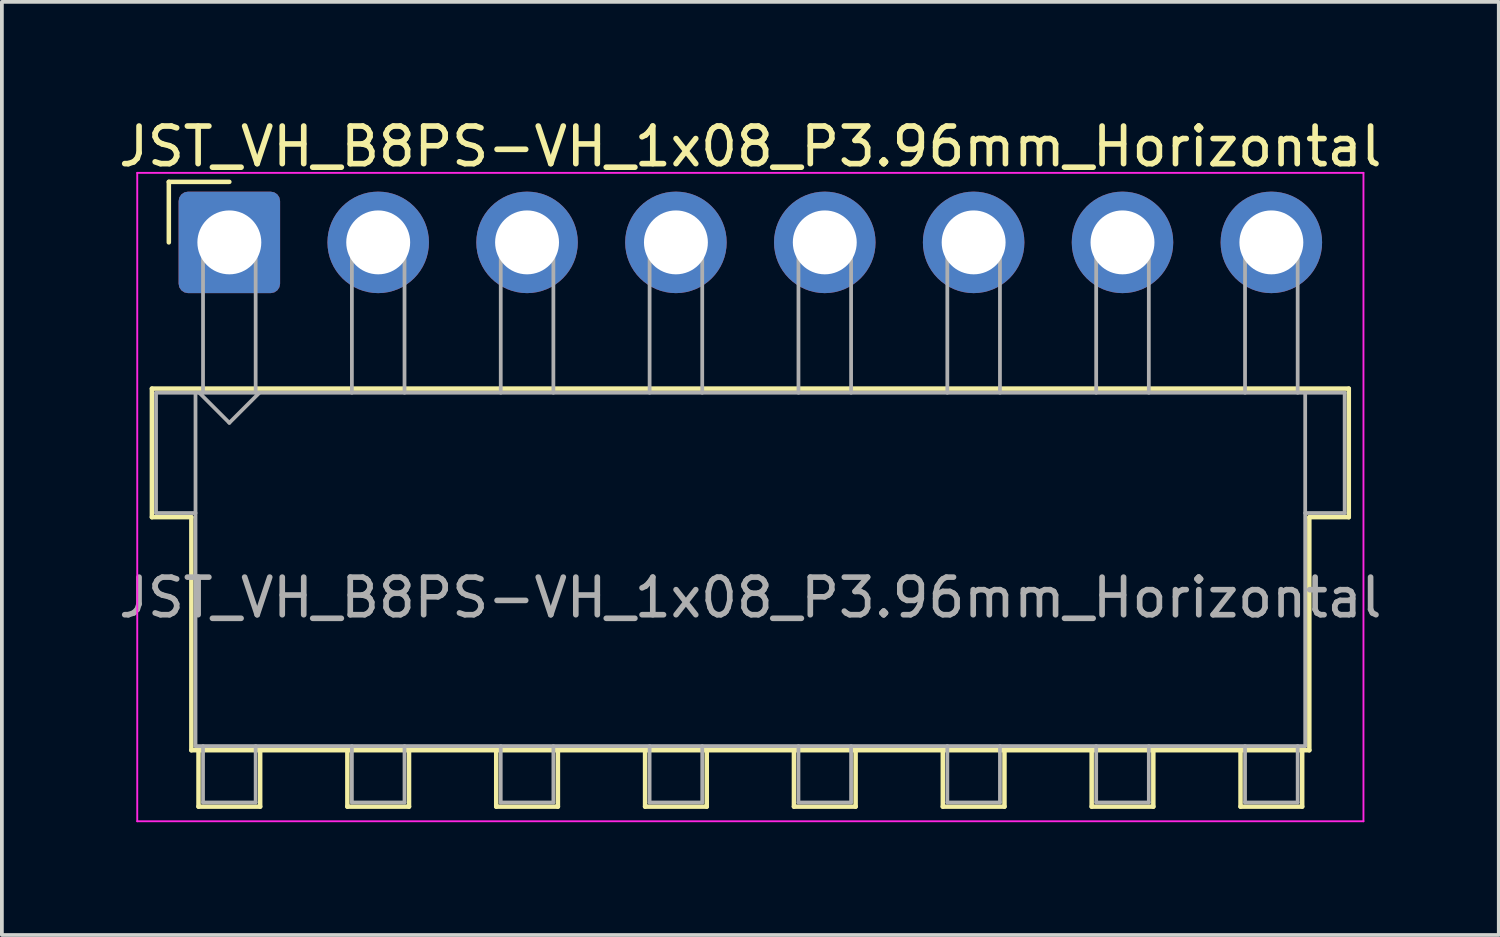
<source format=kicad_pcb>
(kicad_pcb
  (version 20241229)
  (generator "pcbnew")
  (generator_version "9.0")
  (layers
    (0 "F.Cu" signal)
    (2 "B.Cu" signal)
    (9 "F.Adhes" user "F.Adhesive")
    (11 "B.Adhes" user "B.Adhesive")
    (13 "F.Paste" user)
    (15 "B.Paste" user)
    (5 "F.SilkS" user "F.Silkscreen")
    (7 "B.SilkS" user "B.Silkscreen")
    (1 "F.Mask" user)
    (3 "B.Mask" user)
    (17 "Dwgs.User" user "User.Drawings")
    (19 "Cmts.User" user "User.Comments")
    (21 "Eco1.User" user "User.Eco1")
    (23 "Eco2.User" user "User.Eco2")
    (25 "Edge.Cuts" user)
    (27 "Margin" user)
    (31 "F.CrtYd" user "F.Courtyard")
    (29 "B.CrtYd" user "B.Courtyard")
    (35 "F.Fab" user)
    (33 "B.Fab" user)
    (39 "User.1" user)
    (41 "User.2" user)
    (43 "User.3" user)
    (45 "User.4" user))
  (footprint "JST_VH_B8PS-VH_1x08_P3.96mm_Horizontal"
    (layer "F.Cu")
    (at 3.051 3.398)
    (property "Reference" "JST_VH_B8PS-VH_1x08_P3.96mm_Horizontal" (at 13.86 -2.55 0) (layer "F.SilkS") (effects (font (size 1 1) (thickness 0.15))))
    (attr through_hole)
    (fp_line (start -2.06 3.89) (end 29.78 3.89) (stroke (width 0.12) (type solid)) (layer "F.SilkS"))
    (fp_line (start -2.06 7.31) (end -2.06 3.89) (stroke (width 0.12) (type solid)) (layer "F.SilkS"))
    (fp_line (start -1.61 -1.61) (end -1.61 0) (stroke (width 0.12) (type solid)) (layer "F.SilkS"))
    (fp_line (start -1.01 7.31) (end -2.06 7.31) (stroke (width 0.12) (type solid)) (layer "F.SilkS"))
    (fp_line (start -1.01 13.51) (end -1.01 7.31) (stroke (width 0.12) (type solid)) (layer "F.SilkS"))
    (fp_line (start -0.82 13.51) (end -0.82 15.01) (stroke (width 0.12) (type solid)) (layer "F.SilkS"))
    (fp_line (start -0.82 15.01) (end 0.82 15.01) (stroke (width 0.12) (type solid)) (layer "F.SilkS"))
    (fp_line (start 0 -1.61) (end -1.61 -1.61) (stroke (width 0.12) (type solid)) (layer "F.SilkS"))
    (fp_line (start 0.82 15.01) (end 0.82 13.51) (stroke (width 0.12) (type solid)) (layer "F.SilkS"))
    (fp_line (start 3.14 13.51) (end 3.14 15.01) (stroke (width 0.12) (type solid)) (layer "F.SilkS"))
    (fp_line (start 3.14 15.01) (end 4.78 15.01) (stroke (width 0.12) (type solid)) (layer "F.SilkS"))
    (fp_line (start 4.78 15.01) (end 4.78 13.51) (stroke (width 0.12) (type solid)) (layer "F.SilkS"))
    (fp_line (start 7.1 13.51) (end 7.1 15.01) (stroke (width 0.12) (type solid)) (layer "F.SilkS"))
    (fp_line (start 7.1 15.01) (end 8.74 15.01) (stroke (width 0.12) (type solid)) (layer "F.SilkS"))
    (fp_line (start 8.74 15.01) (end 8.74 13.51) (stroke (width 0.12) (type solid)) (layer "F.SilkS"))
    (fp_line (start 11.06 13.51) (end 11.06 15.01) (stroke (width 0.12) (type solid)) (layer "F.SilkS"))
    (fp_line (start 11.06 15.01) (end 12.7 15.01) (stroke (width 0.12) (type solid)) (layer "F.SilkS"))
    (fp_line (start 12.7 15.01) (end 12.7 13.51) (stroke (width 0.12) (type solid)) (layer "F.SilkS"))
    (fp_line (start 15.02 13.51) (end 15.02 15.01) (stroke (width 0.12) (type solid)) (layer "F.SilkS"))
    (fp_line (start 15.02 15.01) (end 16.66 15.01) (stroke (width 0.12) (type solid)) (layer "F.SilkS"))
    (fp_line (start 16.66 15.01) (end 16.66 13.51) (stroke (width 0.12) (type solid)) (layer "F.SilkS"))
    (fp_line (start 18.98 13.51) (end 18.98 15.01) (stroke (width 0.12) (type solid)) (layer "F.SilkS"))
    (fp_line (start 18.98 15.01) (end 20.62 15.01) (stroke (width 0.12) (type solid)) (layer "F.SilkS"))
    (fp_line (start 20.62 15.01) (end 20.62 13.51) (stroke (width 0.12) (type solid)) (layer "F.SilkS"))
    (fp_line (start 22.94 13.51) (end 22.94 15.01) (stroke (width 0.12) (type solid)) (layer "F.SilkS"))
    (fp_line (start 22.94 15.01) (end 24.58 15.01) (stroke (width 0.12) (type solid)) (layer "F.SilkS"))
    (fp_line (start 24.58 15.01) (end 24.58 13.51) (stroke (width 0.12) (type solid)) (layer "F.SilkS"))
    (fp_line (start 26.9 13.51) (end 26.9 15.01) (stroke (width 0.12) (type solid)) (layer "F.SilkS"))
    (fp_line (start 26.9 15.01) (end 28.54 15.01) (stroke (width 0.12) (type solid)) (layer "F.SilkS"))
    (fp_line (start 28.54 15.01) (end 28.54 13.51) (stroke (width 0.12) (type solid)) (layer "F.SilkS"))
    (fp_line (start 28.73 7.31) (end 28.73 13.51) (stroke (width 0.12) (type solid)) (layer "F.SilkS"))
    (fp_line (start 28.73 13.51) (end -1.01 13.51) (stroke (width 0.12) (type solid)) (layer "F.SilkS"))
    (fp_line (start 29.78 3.89) (end 29.78 7.31) (stroke (width 0.12) (type solid)) (layer "F.SilkS"))
    (fp_line (start 29.78 7.31) (end 28.73 7.31) (stroke (width 0.12) (type solid)) (layer "F.SilkS"))
    (fp_line (start -2.45 -1.85) (end -2.45 15.4) (stroke (width 0.05) (type solid)) (layer "F.CrtYd"))
    (fp_line (start -2.45 15.4) (end 30.17 15.4) (stroke (width 0.05) (type solid)) (layer "F.CrtYd"))
    (fp_line (start 30.17 -1.85) (end -2.45 -1.85) (stroke (width 0.05) (type solid)) (layer "F.CrtYd"))
    (fp_line (start 30.17 15.4) (end 30.17 -1.85) (stroke (width 0.05) (type solid)) (layer "F.CrtYd"))
    (fp_line (start -1.95 4) (end -0.9 4) (stroke (width 0.1) (type solid)) (layer "F.Fab"))
    (fp_line (start -1.95 7.2) (end -1.95 4) (stroke (width 0.1) (type solid)) (layer "F.Fab"))
    (fp_line (start -0.9 4) (end -0.9 13.4) (stroke (width 0.1) (type solid)) (layer "F.Fab"))
    (fp_line (start -0.9 7.2) (end -1.95 7.2) (stroke (width 0.1) (type solid)) (layer "F.Fab"))
    (fp_line (start -0.9 13.4) (end 28.62 13.4) (stroke (width 0.1) (type solid)) (layer "F.Fab"))
    (fp_line (start -0.8 4) (end 0 4.8) (stroke (width 0.1) (type solid)) (layer "F.Fab"))
    (fp_line (start -0.7 0) (end 0.7 0) (stroke (width 0.1) (type solid)) (layer "F.Fab"))
    (fp_line (start -0.7 4) (end -0.7 0) (stroke (width 0.1) (type solid)) (layer "F.Fab"))
    (fp_line (start -0.7 13.4) (end -0.7 14.9) (stroke (width 0.1) (type solid)) (layer "F.Fab"))
    (fp_line (start -0.7 14.9) (end 0.7 14.9) (stroke (width 0.1) (type solid)) (layer "F.Fab"))
    (fp_line (start 0 4.8) (end 0.8 4) (stroke (width 0.1) (type solid)) (layer "F.Fab"))
    (fp_line (start 0.7 0) (end 0.7 4) (stroke (width 0.1) (type solid)) (layer "F.Fab"))
    (fp_line (start 0.7 14.9) (end 0.7 13.4) (stroke (width 0.1) (type solid)) (layer "F.Fab"))
    (fp_line (start 3.26 0) (end 4.66 0) (stroke (width 0.1) (type solid)) (layer "F.Fab"))
    (fp_line (start 3.26 4) (end 3.26 0) (stroke (width 0.1) (type solid)) (layer "F.Fab"))
    (fp_line (start 3.26 13.4) (end 3.26 14.9) (stroke (width 0.1) (type solid)) (layer "F.Fab"))
    (fp_line (start 3.26 14.9) (end 4.66 14.9) (stroke (width 0.1) (type solid)) (layer "F.Fab"))
    (fp_line (start 4.66 0) (end 4.66 4) (stroke (width 0.1) (type solid)) (layer "F.Fab"))
    (fp_line (start 4.66 14.9) (end 4.66 13.4) (stroke (width 0.1) (type solid)) (layer "F.Fab"))
    (fp_line (start 7.22 0) (end 8.62 0) (stroke (width 0.1) (type solid)) (layer "F.Fab"))
    (fp_line (start 7.22 4) (end 7.22 0) (stroke (width 0.1) (type solid)) (layer "F.Fab"))
    (fp_line (start 7.22 13.4) (end 7.22 14.9) (stroke (width 0.1) (type solid)) (layer "F.Fab"))
    (fp_line (start 7.22 14.9) (end 8.62 14.9) (stroke (width 0.1) (type solid)) (layer "F.Fab"))
    (fp_line (start 8.62 0) (end 8.62 4) (stroke (width 0.1) (type solid)) (layer "F.Fab"))
    (fp_line (start 8.62 14.9) (end 8.62 13.4) (stroke (width 0.1) (type solid)) (layer "F.Fab"))
    (fp_line (start 11.18 0) (end 12.58 0) (stroke (width 0.1) (type solid)) (layer "F.Fab"))
    (fp_line (start 11.18 4) (end 11.18 0) (stroke (width 0.1) (type solid)) (layer "F.Fab"))
    (fp_line (start 11.18 13.4) (end 11.18 14.9) (stroke (width 0.1) (type solid)) (layer "F.Fab"))
    (fp_line (start 11.18 14.9) (end 12.58 14.9) (stroke (width 0.1) (type solid)) (layer "F.Fab"))
    (fp_line (start 12.58 0) (end 12.58 4) (stroke (width 0.1) (type solid)) (layer "F.Fab"))
    (fp_line (start 12.58 14.9) (end 12.58 13.4) (stroke (width 0.1) (type solid)) (layer "F.Fab"))
    (fp_line (start 15.14 0) (end 16.54 0) (stroke (width 0.1) (type solid)) (layer "F.Fab"))
    (fp_line (start 15.14 4) (end 15.14 0) (stroke (width 0.1) (type solid)) (layer "F.Fab"))
    (fp_line (start 15.14 13.4) (end 15.14 14.9) (stroke (width 0.1) (type solid)) (layer "F.Fab"))
    (fp_line (start 15.14 14.9) (end 16.54 14.9) (stroke (width 0.1) (type solid)) (layer "F.Fab"))
    (fp_line (start 16.54 0) (end 16.54 4) (stroke (width 0.1) (type solid)) (layer "F.Fab"))
    (fp_line (start 16.54 14.9) (end 16.54 13.4) (stroke (width 0.1) (type solid)) (layer "F.Fab"))
    (fp_line (start 19.1 0) (end 20.5 0) (stroke (width 0.1) (type solid)) (layer "F.Fab"))
    (fp_line (start 19.1 4) (end 19.1 0) (stroke (width 0.1) (type solid)) (layer "F.Fab"))
    (fp_line (start 19.1 13.4) (end 19.1 14.9) (stroke (width 0.1) (type solid)) (layer "F.Fab"))
    (fp_line (start 19.1 14.9) (end 20.5 14.9) (stroke (width 0.1) (type solid)) (layer "F.Fab"))
    (fp_line (start 20.5 0) (end 20.5 4) (stroke (width 0.1) (type solid)) (layer "F.Fab"))
    (fp_line (start 20.5 14.9) (end 20.5 13.4) (stroke (width 0.1) (type solid)) (layer "F.Fab"))
    (fp_line (start 23.06 0) (end 24.46 0) (stroke (width 0.1) (type solid)) (layer "F.Fab"))
    (fp_line (start 23.06 4) (end 23.06 0) (stroke (width 0.1) (type solid)) (layer "F.Fab"))
    (fp_line (start 23.06 13.4) (end 23.06 14.9) (stroke (width 0.1) (type solid)) (layer "F.Fab"))
    (fp_line (start 23.06 14.9) (end 24.46 14.9) (stroke (width 0.1) (type solid)) (layer "F.Fab"))
    (fp_line (start 24.46 0) (end 24.46 4) (stroke (width 0.1) (type solid)) (layer "F.Fab"))
    (fp_line (start 24.46 14.9) (end 24.46 13.4) (stroke (width 0.1) (type solid)) (layer "F.Fab"))
    (fp_line (start 27.02 0) (end 28.42 0) (stroke (width 0.1) (type solid)) (layer "F.Fab"))
    (fp_line (start 27.02 4) (end 27.02 0) (stroke (width 0.1) (type solid)) (layer "F.Fab"))
    (fp_line (start 27.02 13.4) (end 27.02 14.9) (stroke (width 0.1) (type solid)) (layer "F.Fab"))
    (fp_line (start 27.02 14.9) (end 28.42 14.9) (stroke (width 0.1) (type solid)) (layer "F.Fab"))
    (fp_line (start 28.42 0) (end 28.42 4) (stroke (width 0.1) (type solid)) (layer "F.Fab"))
    (fp_line (start 28.42 14.9) (end 28.42 13.4) (stroke (width 0.1) (type solid)) (layer "F.Fab"))
    (fp_line (start 28.62 4) (end -0.9 4) (stroke (width 0.1) (type solid)) (layer "F.Fab"))
    (fp_line (start 28.62 4) (end 29.67 4) (stroke (width 0.1) (type solid)) (layer "F.Fab"))
    (fp_line (start 28.62 13.4) (end 28.62 4) (stroke (width 0.1) (type solid)) (layer "F.Fab"))
    (fp_line (start 29.67 4) (end 29.67 7.2) (stroke (width 0.1) (type solid)) (layer "F.Fab"))
    (fp_line (start 29.67 7.2) (end 28.62 7.2) (stroke (width 0.1) (type solid)) (layer "F.Fab"))
    (fp_text user "${REFERENCE}" (at 13.86 9.45 0) (layer "F.Fab") (effects (font (size 1 1) (thickness 0.15))))
    (pad "1" thru_hole roundrect (at 0 0) (size 2.7 2.7) (drill 1.7) (layers "*.Cu" "*.Mask") (roundrect_rratio 0.093))
    (pad "2" thru_hole circle (at 3.96 0) (size 2.7 2.7) (drill 1.7) (layers "*.Cu" "*.Mask"))
    (pad "3" thru_hole circle (at 7.92 0) (size 2.7 2.7) (drill 1.7) (layers "*.Cu" "*.Mask"))
    (pad "4" thru_hole circle (at 11.88 0) (size 2.7 2.7) (drill 1.7) (layers "*.Cu" "*.Mask"))
    (pad "5" thru_hole circle (at 15.84 0) (size 2.7 2.7) (drill 1.7) (layers "*.Cu" "*.Mask"))
    (pad "6" thru_hole circle (at 19.8 0) (size 2.7 2.7) (drill 1.7) (layers "*.Cu" "*.Mask"))
    (pad "7" thru_hole circle (at 23.76 0) (size 2.7 2.7) (drill 1.7) (layers "*.Cu" "*.Mask"))
    (pad "8" thru_hole circle (at 27.72 0) (size 2.7 2.7) (drill 1.7) (layers "*.Cu" "*.Mask")))
  (gr_rect
    (start -3 -3)
    (end 36.821 21.823)
    (stroke (width 0.1) (type default))
    (fill no)
    (layer "Edge.Cuts")))
</source>
